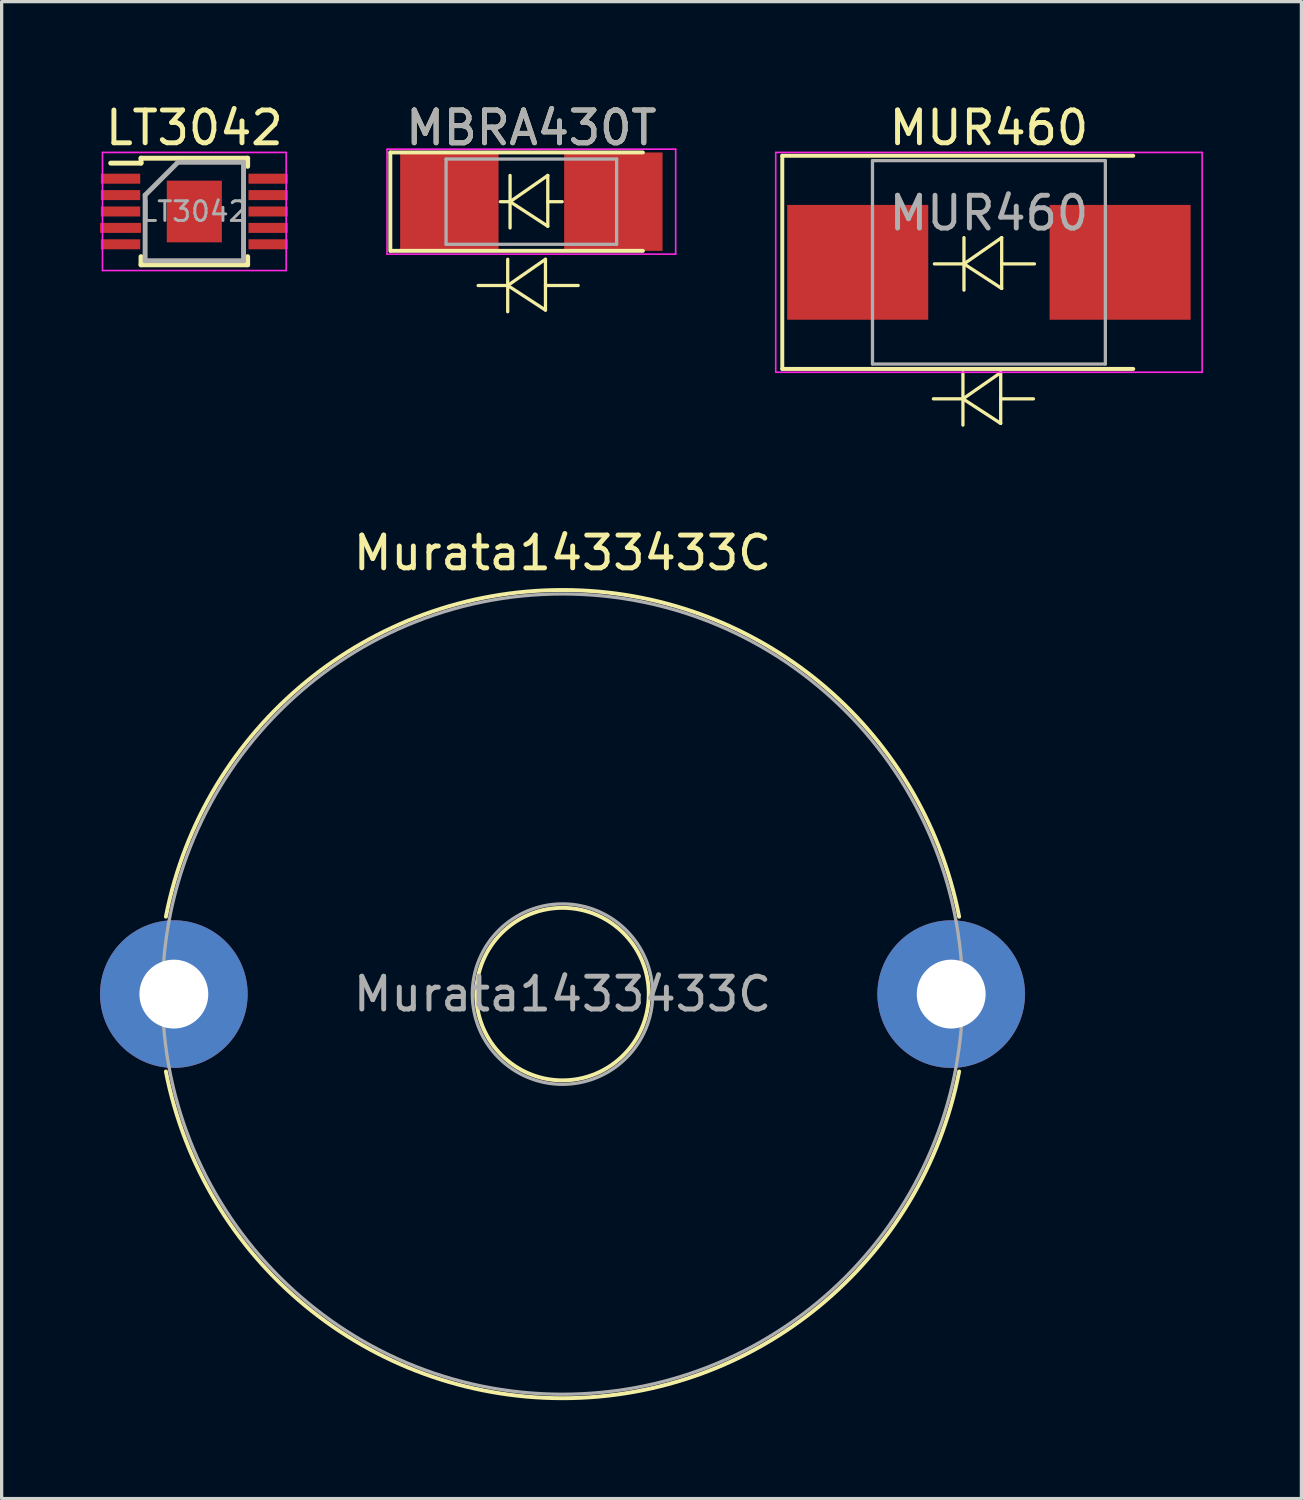
<source format=kicad_pcb>
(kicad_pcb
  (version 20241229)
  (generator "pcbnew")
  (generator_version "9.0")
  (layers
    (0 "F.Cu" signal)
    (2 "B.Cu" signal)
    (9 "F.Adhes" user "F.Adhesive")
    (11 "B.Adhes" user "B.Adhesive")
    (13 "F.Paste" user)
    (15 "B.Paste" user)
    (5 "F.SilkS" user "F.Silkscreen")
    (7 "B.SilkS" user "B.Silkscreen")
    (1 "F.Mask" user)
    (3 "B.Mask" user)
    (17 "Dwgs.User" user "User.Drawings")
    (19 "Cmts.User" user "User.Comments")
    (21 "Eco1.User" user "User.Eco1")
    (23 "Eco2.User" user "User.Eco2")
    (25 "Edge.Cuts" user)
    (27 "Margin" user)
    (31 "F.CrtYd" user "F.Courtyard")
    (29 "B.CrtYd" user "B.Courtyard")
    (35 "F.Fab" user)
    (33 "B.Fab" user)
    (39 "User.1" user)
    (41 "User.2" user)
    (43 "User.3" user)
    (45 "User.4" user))
  (footprint "MBRA430T"
    (layer "F.Cu")
    (at 13.15 3.098)
    (property "Reference" "MBRA430T" (at 0 -2.25 0) (layer "F.SilkS") (effects (font (size 1 1) (thickness 0.15))))
    (attr smd)
    (fp_line (start -4.3 -1.5) (end -4.3 1.5) (stroke (width 0.12) (type solid)) (layer "F.SilkS"))
    (fp_line (start -4.288 1.5) (end 3.4 1.5) (stroke (width 0.12) (type solid)) (layer "F.SilkS"))
    (fp_line (start -0.721 1.756) (end -0.721 3.356) (stroke (width 0.1) (type solid)) (layer "F.SilkS"))
    (fp_line (start -0.721 2.556) (end -1.622 2.556) (stroke (width 0.1) (type solid)) (layer "F.SilkS"))
    (fp_line (start -0.721 2.556) (end 0.43 1.756) (stroke (width 0.1) (type solid)) (layer "F.SilkS"))
    (fp_line (start -0.721 2.556) (end 0.43 3.306) (stroke (width 0.1) (type solid)) (layer "F.SilkS"))
    (fp_line (start -0.649 -0.799) (end -0.649 0.801) (stroke (width 0.1) (type solid)) (layer "F.SilkS"))
    (fp_line (start -0.649 0.001) (end -0.945 0.001) (stroke (width 0.1) (type solid)) (layer "F.SilkS"))
    (fp_line (start -0.649 0.001) (end 0.501 -0.799) (stroke (width 0.1) (type solid)) (layer "F.SilkS"))
    (fp_line (start -0.649 0.001) (end 0.501 0.75) (stroke (width 0.1) (type solid)) (layer "F.SilkS"))
    (fp_line (start 0.43 2.556) (end 1.428 2.556) (stroke (width 0.1) (type solid)) (layer "F.SilkS"))
    (fp_line (start 0.43 3.306) (end 0.43 1.756) (stroke (width 0.1) (type solid)) (layer "F.SilkS"))
    (fp_line (start 0.501 0.001) (end 0.94 0.001) (stroke (width 0.1) (type solid)) (layer "F.SilkS"))
    (fp_line (start 0.501 0.75) (end 0.501 -0.799) (stroke (width 0.1) (type solid)) (layer "F.SilkS"))
    (fp_line (start 3.4 -1.5) (end -4.298 -1.5) (stroke (width 0.12) (type solid)) (layer "F.SilkS"))
    (fp_line (start -4.4 1.6) (end -4.4 -1.6) (stroke (width 0.05) (type solid)) (layer "F.CrtYd"))
    (fp_line (start -4.394 -1.6) (end 4.399 -1.6) (stroke (width 0.05) (type solid)) (layer "F.CrtYd"))
    (fp_line (start 4.399 1.6) (end -4.399 1.6) (stroke (width 0.05) (type solid)) (layer "F.CrtYd"))
    (fp_line (start 4.4 -1.6) (end 4.4 1.6) (stroke (width 0.05) (type solid)) (layer "F.CrtYd"))
    (fp_line (start -2.6 -1.3) (end -2.6 1.3) (stroke (width 0.1) (type solid)) (layer "F.Fab"))
    (fp_line (start -2.6 1.3) (end 2.6 1.3) (stroke (width 0.1) (type solid)) (layer "F.Fab"))
    (fp_line (start 2.6 -1.3) (end -2.6 -1.3) (stroke (width 0.1) (type solid)) (layer "F.Fab"))
    (fp_line (start 2.6 1.3) (end 2.6 -1.3) (stroke (width 0.1) (type solid)) (layer "F.Fab"))
    (fp_text user "${REFERENCE}" (at 0 -2.25 0) (layer "F.Fab") (effects (font (size 1 1) (thickness 0.15))))
    (pad "1" smd rect (at -2.5 0) (size 3 3) (layers "F.Cu" "F.Mask" "F.Paste"))
    (pad "2" smd rect (at 2.5 0) (size 3 3) (layers "F.Cu" "F.Mask" "F.Paste")))
  (footprint "LT3042"
    (layer "F.Cu")
    (at 2.875 3.398)
    (property "Reference" "LT3042" (at 0 -2.55 0) (layer "F.SilkS") (effects (font (size 1 1) (thickness 0.15))))
    (attr smd)
    (fp_line (start -1.625 -1.625) (end -1.625 -1.475) (stroke (width 0.15) (type solid)) (layer "F.SilkS"))
    (fp_line (start -1.625 -1.625) (end 1.625 -1.625) (stroke (width 0.15) (type solid)) (layer "F.SilkS"))
    (fp_line (start -1.625 -1.475) (end -2.55 -1.475) (stroke (width 0.15) (type solid)) (layer "F.SilkS"))
    (fp_line (start -1.625 1.625) (end -1.625 1.377) (stroke (width 0.15) (type solid)) (layer "F.SilkS"))
    (fp_line (start -1.625 1.625) (end 1.625 1.625) (stroke (width 0.15) (type solid)) (layer "F.SilkS"))
    (fp_line (start 1.625 -1.625) (end 1.625 -1.377) (stroke (width 0.15) (type solid)) (layer "F.SilkS"))
    (fp_line (start 1.625 1.625) (end 1.625 1.377) (stroke (width 0.15) (type solid)) (layer "F.SilkS"))
    (fp_line (start -2.8 -1.8) (end -2.8 1.8) (stroke (width 0.05) (type solid)) (layer "F.CrtYd"))
    (fp_line (start -2.8 -1.8) (end 2.8 -1.8) (stroke (width 0.05) (type solid)) (layer "F.CrtYd"))
    (fp_line (start -2.8 1.8) (end 2.8 1.8) (stroke (width 0.05) (type solid)) (layer "F.CrtYd"))
    (fp_line (start 2.8 -1.8) (end 2.8 1.8) (stroke (width 0.05) (type solid)) (layer "F.CrtYd"))
    (fp_line (start -1.5 -0.5) (end -0.5 -1.5) (stroke (width 0.15) (type solid)) (layer "F.Fab"))
    (fp_line (start -1.5 1.5) (end -1.5 -0.5) (stroke (width 0.15) (type solid)) (layer "F.Fab"))
    (fp_line (start -0.5 -1.5) (end 1.5 -1.5) (stroke (width 0.15) (type solid)) (layer "F.Fab"))
    (fp_line (start 1.5 -1.5) (end 1.5 1.5) (stroke (width 0.15) (type solid)) (layer "F.Fab"))
    (fp_line (start 1.5 1.5) (end -1.5 1.5) (stroke (width 0.15) (type solid)) (layer "F.Fab"))
    (fp_text user "${REFERENCE}" (at 0 0 0) (layer "F.Fab") (effects (font (size 0.6 0.6) (thickness 0.09))))
    (pad "" smd rect (at -0.42 -0.47) (size 0.66 0.76) (layers "F.Paste"))
    (pad "" smd rect (at -0.42 0.47) (size 0.66 0.76) (layers "F.Paste"))
    (pad "" smd rect (at 0.42 -0.47) (size 0.66 0.76) (layers "F.Paste"))
    (pad "" smd rect (at 0.42 0.47) (size 0.66 0.76) (layers "F.Paste"))
    (pad "1" smd rect (at -2.25 -1) (size 1.2 0.305) (layers "F.Cu" "F.Mask" "F.Paste"))
    (pad "2" smd rect (at -2.25 -0.5) (size 1.2 0.305) (layers "F.Cu" "F.Mask" "F.Paste"))
    (pad "3" smd rect (at -2.25 0) (size 1.2 0.305) (layers "F.Cu" "F.Mask" "F.Paste"))
    (pad "4" smd rect (at -2.25 0.5) (size 1.25 0.305) (layers "F.Cu" "F.Mask" "F.Paste"))
    (pad "5" smd rect (at -2.25 1) (size 1.2 0.305) (layers "F.Cu" "F.Mask" "F.Paste"))
    (pad "6" smd rect (at 2.25 1) (size 1.2 0.305) (layers "F.Cu" "F.Mask" "F.Paste"))
    (pad "7" smd rect (at 2.25 0.5) (size 1.2 0.305) (layers "F.Cu" "F.Mask" "F.Paste"))
    (pad "8" smd rect (at 2.25 0) (size 1.2 0.305) (layers "F.Cu" "F.Mask" "F.Paste"))
    (pad "9" smd rect (at 2.25 -0.5) (size 1.2 0.305) (layers "F.Cu" "F.Mask" "F.Paste"))
    (pad "10" smd rect (at 2.25 -1) (size 1.2 0.305) (layers "F.Cu" "F.Mask" "F.Paste"))
    (pad "11" smd rect (at 0 0) (size 1.68 1.88) (layers "F.Cu" "F.Mask")))
  (footprint "MUR460"
    (layer "F.Cu")
    (at 27.1 4.948)
    (property "Reference" "MUR460" (at 0 -4.1 0) (layer "F.SilkS") (effects (font (size 1 1) (thickness 0.15))))
    (attr smd)
    (fp_line (start -6.3 3.25) (end -6.3 -3.25) (stroke (width 0.12) (type solid)) (layer "F.SilkS"))
    (fp_line (start -6.299 -3.25) (end 4.4 -3.25) (stroke (width 0.12) (type solid)) (layer "F.SilkS"))
    (fp_line (start -6.299 3.25) (end 4.4 3.25) (stroke (width 0.12) (type solid)) (layer "F.SilkS"))
    (fp_line (start -0.792 3.361) (end -0.792 4.962) (stroke (width 0.1) (type solid)) (layer "F.SilkS"))
    (fp_line (start -0.792 4.162) (end -1.693 4.162) (stroke (width 0.1) (type solid)) (layer "F.SilkS"))
    (fp_line (start -0.792 4.162) (end 0.359 3.361) (stroke (width 0.1) (type solid)) (layer "F.SilkS"))
    (fp_line (start -0.792 4.162) (end 0.359 4.911) (stroke (width 0.1) (type solid)) (layer "F.SilkS"))
    (fp_line (start -0.761 -0.753) (end -0.761 0.847) (stroke (width 0.1) (type solid)) (layer "F.SilkS"))
    (fp_line (start -0.761 0.047) (end -1.663 0.047) (stroke (width 0.1) (type solid)) (layer "F.SilkS"))
    (fp_line (start -0.761 0.047) (end 0.389 -0.753) (stroke (width 0.1) (type solid)) (layer "F.SilkS"))
    (fp_line (start -0.761 0.047) (end 0.389 0.796) (stroke (width 0.1) (type solid)) (layer "F.SilkS"))
    (fp_line (start 0.359 4.162) (end 1.357 4.162) (stroke (width 0.1) (type solid)) (layer "F.SilkS"))
    (fp_line (start 0.359 4.911) (end 0.359 3.361) (stroke (width 0.1) (type solid)) (layer "F.SilkS"))
    (fp_line (start 0.389 0.047) (end 1.388 0.047) (stroke (width 0.1) (type solid)) (layer "F.SilkS"))
    (fp_line (start 0.389 0.796) (end 0.389 -0.753) (stroke (width 0.1) (type solid)) (layer "F.SilkS"))
    (fp_line (start -6.5 3.35) (end -6.5 -3.35) (stroke (width 0.05) (type solid)) (layer "F.CrtYd"))
    (fp_line (start -6.497 -3.35) (end 6.497 -3.35) (stroke (width 0.05) (type solid)) (layer "F.CrtYd"))
    (fp_line (start 6.5 -3.35) (end 6.5 3.35) (stroke (width 0.05) (type solid)) (layer "F.CrtYd"))
    (fp_line (start 6.502 3.35) (end -6.497 3.35) (stroke (width 0.05) (type solid)) (layer "F.CrtYd"))
    (fp_line (start -3.55 3.1) (end -3.55 -3.1) (stroke (width 0.1) (type solid)) (layer "F.Fab"))
    (fp_line (start 3.55 -3.1) (end -3.55 -3.1) (stroke (width 0.1) (type solid)) (layer "F.Fab"))
    (fp_line (start 3.55 -3.1) (end 3.55 3.1) (stroke (width 0.1) (type solid)) (layer "F.Fab"))
    (fp_line (start 3.55 3.1) (end -3.55 3.1) (stroke (width 0.1) (type solid)) (layer "F.Fab"))
    (fp_text user "${REFERENCE}" (at 0 -1.5 0) (layer "F.Fab") (effects (font (size 1 1) (thickness 0.15))))
    (pad "1" smd rect (at -4 0 90) (size 3.5 4.3) (layers "F.Cu" "F.Mask" "F.Paste"))
    (pad "2" smd rect (at 4 0 90) (size 3.5 4.3) (layers "F.Cu" "F.Mask" "F.Paste")))
  (footprint "Murata1433433C"
    (layer "F.Cu")
    (at 2.25 27.258)
    (property "Reference" "Murata1433433C" (at 11.85 -13.45 0) (layer "F.SilkS") (effects (font (size 1 1) (thickness 0.15))))
    (attr through_hole)
    (fp_arc (start -0.241848 -2.36) (mid 11.85 -12.32) (end 23.941848 -2.36) (stroke (width 0.12) (type solid)) (layer "F.SilkS"))
    (fp_arc (start 23.941848 2.36) (mid 11.85 12.32) (end -0.241848 2.36) (stroke (width 0.12) (type solid)) (layer "F.SilkS"))
    (fp_circle (center 11.85 0) (end 14.48 0) (stroke (width 0.12) (type solid)) (fill no) (layer "F.SilkS"))
    (fp_circle (center 11.85 0) (end 14.6 0) (stroke (width 0.1) (type solid)) (fill no) (layer "F.Fab"))
    (fp_circle (center 11.85 0) (end 24.05 0) (stroke (width 0.1) (type solid)) (fill no) (layer "F.Fab"))
    (fp_text user "${REFERENCE}" (at 11.85 0 0) (layer "F.Fab") (effects (font (size 1 1) (thickness 0.15))))
    (pad "1" thru_hole circle (at 0 0) (size 4.5 4.5) (drill 2.1) (layers "*.Cu" "*.Mask"))
    (pad "2" thru_hole circle (at 23.7 0) (size 4.5 4.5) (drill 2.1) (layers "*.Cu" "*.Mask")))
  (gr_rect
    (start -3 -3)
    (end 36.627 42.638)
    (stroke (width 0.1) (type default))
    (fill no)
    (layer "Edge.Cuts")))
</source>
